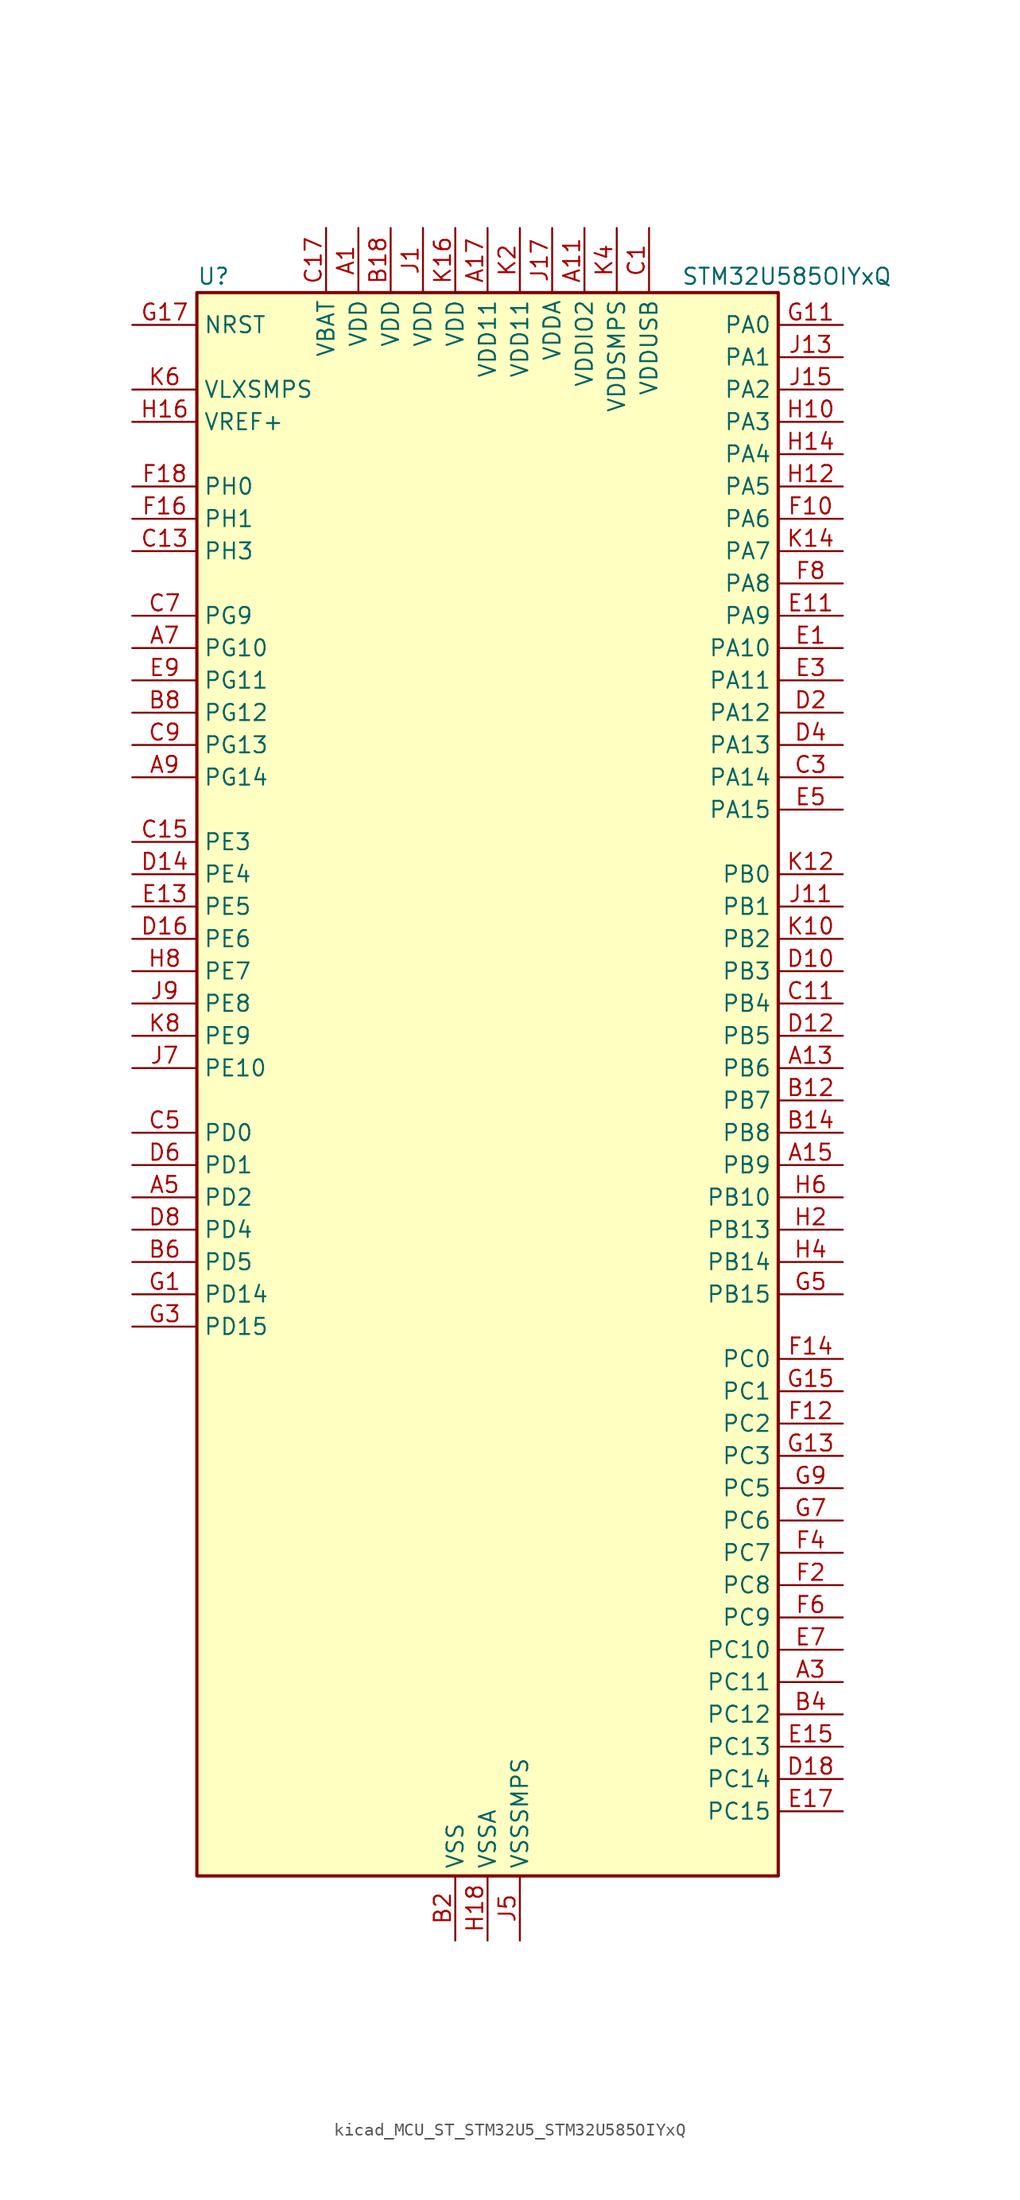
<source format=kicad_sym>
(kicad_symbol_lib
  (version 20220914)
  (generator kicad_symbol_editor)
  (symbol "kicad_MCU_ST_STM32U5_STM32U585OIYxQ"
    (property "Reference" "U"
      (at -22.86 64.77 0)
      (effects (font (size 1.27 1.27)) (justify left)))
    (property "Value" "STM32U585OIYxQ"
      (at 15.24 64.77 0)
      (effects (font (size 1.27 1.27)) (justify left)))
    (property "ki_locked" ""
      (at 0 0 0)
      (effects (font (size 1.27 1.27))))
    (symbol "kicad_MCU_ST_STM32U5_STM32U585OIYxQ_0_1"
      (rectangle (start -22.86 -60.96) (end 22.86 63.5) (stroke (width 0.254) (type default)) (fill (type background))))
    (symbol "kicad_MCU_ST_STM32U5_STM32U585OIYxQ_1_1"
      (pin power_in line (at -10.16 68.58 270) (length 5.08) (name "VDD" (effects (font (size 1.27 1.27)))) (number "A1" (effects (font (size 1.27 1.27)))))
      (pin power_in line (at 7.62 68.58 270) (length 5.08) (name "VDDIO2" (effects (font (size 1.27 1.27)))) (number "A11" (effects (font (size 1.27 1.27)))))
      (pin bidirectional line (at 27.94 2.54 180) (length 5.08) (name "PB6" (effects (font (size 1.27 1.27)))) (number "A13" (effects (font (size 1.27 1.27)))) (alternate "COMP2_INP" bidirectional line) (alternate "DCMI_D5" bidirectional line) (alternate "I2C1_SCL" bidirectional line) (alternate "I2C4_SCL" bidirectional line) (alternate "LPTIM1_ETR" bidirectional line) (alternate "MDF1_SDI5" bidirectional line) (alternate "PSSI_D5" bidirectional line) (alternate "PWR_WKUP3" bidirectional line) (alternate "SAI1_FS_B" bidirectional line) (alternate "TIM16_CH1N" bidirectional line) (alternate "TIM4_CH1" bidirectional line) (alternate "TIM8_BKIN2" bidirectional line) (alternate "TSC_G2_IO3" bidirectional line) (alternate "USART1_TX" bidirectional line))
      (pin bidirectional line (at 27.94 -5.08 180) (length 5.08) (name "PB9" (effects (font (size 1.27 1.27)))) (number "A15" (effects (font (size 1.27 1.27)))) (alternate "DAC1_EXTI9" bidirectional line) (alternate "DCMI_D7" bidirectional line) (alternate "FDCAN1_TX" bidirectional line) (alternate "I2C1_SDA" bidirectional line) (alternate "IR_OUT" bidirectional line) (alternate "PSSI_D7" bidirectional line) (alternate "SAI1_D2" bidirectional line) (alternate "SAI1_FS_A" bidirectional line) (alternate "SDMMC1_CDIR" bidirectional line) (alternate "SDMMC1_D5" bidirectional line) (alternate "SDMMC2_D5" bidirectional line) (alternate "SPI2_NSS" bidirectional line) (alternate "TIM17_CH1" bidirectional line) (alternate "TIM4_CH4" bidirectional line))
      (pin power_in line (at 0 68.58 270) (length 5.08) (name "VDD11" (effects (font (size 1.27 1.27)))) (number "A17" (effects (font (size 1.27 1.27)))))
      (pin bidirectional line (at 27.94 -45.72 180) (length 5.08) (name "PC11" (effects (font (size 1.27 1.27)))) (number "A3" (effects (font (size 1.27 1.27)))) (alternate "ADC1_EXTI11" bidirectional line) (alternate "ADF1_SDI0" bidirectional line) (alternate "DCMI_D2" bidirectional line) (alternate "DCMI_D4" bidirectional line) (alternate "LPTIM3_IN1" bidirectional line) (alternate "OCTOSPIM_P1_NCS" bidirectional line) (alternate "PSSI_D2" bidirectional line) (alternate "PSSI_D4" bidirectional line) (alternate "SDMMC1_D3" bidirectional line) (alternate "SPI3_MISO" bidirectional line) (alternate "TSC_G3_IO3" bidirectional line) (alternate "UART4_RX" bidirectional line) (alternate "UCPD1_FRSTX2" bidirectional line) (alternate "USART3_RX" bidirectional line))
      (pin bidirectional line (at -27.94 -7.62 0) (length 5.08) (name "PD2" (effects (font (size 1.27 1.27)))) (number "A5" (effects (font (size 1.27 1.27)))) (alternate "DCMI_D11" bidirectional line) (alternate "DEBUG_TRACED2" bidirectional line) (alternate "LPTIM4_ETR" bidirectional line) (alternate "PSSI_D11" bidirectional line) (alternate "SDMMC1_CMD" bidirectional line) (alternate "TIM3_ETR" bidirectional line) (alternate "TSC_SYNC" bidirectional line) (alternate "UART5_RX" bidirectional line) (alternate "USART3_DE" bidirectional line) (alternate "USART3_RTS" bidirectional line))
      (pin bidirectional line (at -27.94 35.56 0) (length 5.08) (name "PG10" (effects (font (size 1.27 1.27)))) (number "A7" (effects (font (size 1.27 1.27)))) (alternate "FMC_NE3" bidirectional line) (alternate "LPTIM1_IN1" bidirectional line) (alternate "OCTOSPIM_P2_IO7" bidirectional line) (alternate "SPI3_MISO" bidirectional line) (alternate "TIM15_CH1" bidirectional line) (alternate "USART1_RX" bidirectional line))
      (pin bidirectional line (at -27.94 25.4 0) (length 5.08) (name "PG14" (effects (font (size 1.27 1.27)))) (number "A9" (effects (font (size 1.27 1.27)))) (alternate "FMC_A25" bidirectional line) (alternate "I2C1_SCL" bidirectional line) (alternate "LPTIM1_CH2" bidirectional line))
      (pin passive line (at -2.54 -66.04 90) (length 5.08) hide (name "VSS" (effects (font (size 1.27 1.27)))) (number "B10" (effects (font (size 1.27 1.27)))))
      (pin bidirectional line (at 27.94 0 180) (length 5.08) (name "PB7" (effects (font (size 1.27 1.27)))) (number "B12" (effects (font (size 1.27 1.27)))) (alternate "COMP2_INM" bidirectional line) (alternate "DCMI_VSYNC" bidirectional line) (alternate "FMC_NL" bidirectional line) (alternate "I2C1_SDA" bidirectional line) (alternate "I2C4_SDA" bidirectional line) (alternate "LPTIM1_IN2" bidirectional line) (alternate "MDF1_CKI5" bidirectional line) (alternate "PSSI_RDY" bidirectional line) (alternate "PWR_PVD_IN" bidirectional line) (alternate "PWR_WKUP4" bidirectional line) (alternate "TIM17_CH1N" bidirectional line) (alternate "TIM4_CH2" bidirectional line) (alternate "TIM8_BKIN" bidirectional line) (alternate "TSC_G2_IO4" bidirectional line) (alternate "UART4_CTS" bidirectional line) (alternate "USART1_RX" bidirectional line))
      (pin bidirectional line (at 27.94 -2.54 180) (length 5.08) (name "PB8" (effects (font (size 1.27 1.27)))) (number "B14" (effects (font (size 1.27 1.27)))) (alternate "DCMI_D6" bidirectional line) (alternate "FDCAN1_RX" bidirectional line) (alternate "I2C1_SCL" bidirectional line) (alternate "MDF1_CCK0" bidirectional line) (alternate "PSSI_D6" bidirectional line) (alternate "PWR_WKUP5" bidirectional line) (alternate "SAI1_CK1" bidirectional line) (alternate "SAI1_MCLK_A" bidirectional line) (alternate "SDMMC1_CKIN" bidirectional line) (alternate "SDMMC1_D4" bidirectional line) (alternate "SDMMC2_D4" bidirectional line) (alternate "SPI3_RDY" bidirectional line) (alternate "TIM16_CH1" bidirectional line) (alternate "TIM4_CH3" bidirectional line))
      (pin passive line (at -2.54 -66.04 90) (length 5.08) hide (name "VSS" (effects (font (size 1.27 1.27)))) (number "B16" (effects (font (size 1.27 1.27)))))
      (pin power_in line (at -7.62 68.58 270) (length 5.08) (name "VDD" (effects (font (size 1.27 1.27)))) (number "B18" (effects (font (size 1.27 1.27)))))
      (pin power_in line (at -2.54 -66.04 90) (length 5.08) (name "VSS" (effects (font (size 1.27 1.27)))) (number "B2" (effects (font (size 1.27 1.27)))))
      (pin bidirectional line (at 27.94 -48.26 180) (length 5.08) (name "PC12" (effects (font (size 1.27 1.27)))) (number "B4" (effects (font (size 1.27 1.27)))) (alternate "DCMI_D9" bidirectional line) (alternate "DEBUG_TRACED3" bidirectional line) (alternate "PSSI_D9" bidirectional line) (alternate "SDMMC1_CK" bidirectional line) (alternate "SPI3_MOSI" bidirectional line) (alternate "TSC_G3_IO4" bidirectional line) (alternate "UART5_TX" bidirectional line) (alternate "USART3_CK" bidirectional line))
      (pin bidirectional line (at -27.94 -12.7 0) (length 5.08) (name "PD5" (effects (font (size 1.27 1.27)))) (number "B6" (effects (font (size 1.27 1.27)))) (alternate "FMC_NWE" bidirectional line) (alternate "OCTOSPIM_P1_IO5" bidirectional line) (alternate "SPI2_RDY" bidirectional line) (alternate "USART2_TX" bidirectional line))
      (pin bidirectional line (at -27.94 30.48 0) (length 5.08) (name "PG12" (effects (font (size 1.27 1.27)))) (number "B8" (effects (font (size 1.27 1.27)))) (alternate "FMC_NE4" bidirectional line) (alternate "LPTIM1_ETR" bidirectional line) (alternate "OCTOSPIM_P2_NCS" bidirectional line) (alternate "SPI3_NSS" bidirectional line) (alternate "USART1_DE" bidirectional line) (alternate "USART1_RTS" bidirectional line))
      (pin power_in line (at 12.7 68.58 270) (length 5.08) (name "VDDUSB" (effects (font (size 1.27 1.27)))) (number "C1" (effects (font (size 1.27 1.27)))))
      (pin bidirectional line (at 27.94 7.62 180) (length 5.08) (name "PB4" (effects (font (size 1.27 1.27)))) (number "C11" (effects (font (size 1.27 1.27)))) (alternate "ADF1_SDI0" bidirectional line) (alternate "COMP2_INP" bidirectional line) (alternate "DCMI_D12" bidirectional line) (alternate "DEBUG_JTRST" bidirectional line) (alternate "I2C3_SDA" bidirectional line) (alternate "LPTIM1_CH2" bidirectional line) (alternate "PSSI_D12" bidirectional line) (alternate "SAI1_MCLK_B" bidirectional line) (alternate "SDMMC2_D3" bidirectional line) (alternate "SPI1_MISO" bidirectional line) (alternate "SPI3_MISO" bidirectional line) (alternate "TIM17_BKIN" bidirectional line) (alternate "TIM3_CH1" bidirectional line) (alternate "TSC_G2_IO1" bidirectional line) (alternate "UART5_DE" bidirectional line) (alternate "UART5_RTS" bidirectional line) (alternate "USART1_CTS" bidirectional line))
      (pin bidirectional line (at -27.94 43.18 0) (length 5.08) (name "PH3" (effects (font (size 1.27 1.27)))) (number "C13" (effects (font (size 1.27 1.27)))))
      (pin bidirectional line (at -27.94 20.32 0) (length 5.08) (name "PE3" (effects (font (size 1.27 1.27)))) (number "C15" (effects (font (size 1.27 1.27)))) (alternate "DEBUG_TRACED0" bidirectional line) (alternate "FMC_A19" bidirectional line) (alternate "OCTOSPIM_P1_DQS" bidirectional line) (alternate "SAI1_SD_B" bidirectional line) (alternate "TAMP_IN6" bidirectional line) (alternate "TAMP_OUT3" bidirectional line) (alternate "TIM3_CH1" bidirectional line) (alternate "TSC_G7_IO2" bidirectional line))
      (pin power_in line (at -12.7 68.58 270) (length 5.08) (name "VBAT" (effects (font (size 1.27 1.27)))) (number "C17" (effects (font (size 1.27 1.27)))))
      (pin bidirectional line (at 27.94 25.4 180) (length 5.08) (name "PA14" (effects (font (size 1.27 1.27)))) (number "C3" (effects (font (size 1.27 1.27)))) (alternate "DEBUG_JTCK-SWCLK" bidirectional line) (alternate "I2C1_SMBA" bidirectional line) (alternate "I2C4_SMBA" bidirectional line) (alternate "LPTIM1_CH1" bidirectional line) (alternate "SAI1_FS_B" bidirectional line) (alternate "USB_OTG_FS_SOF" bidirectional line))
      (pin bidirectional line (at -27.94 -2.54 0) (length 5.08) (name "PD0" (effects (font (size 1.27 1.27)))) (number "C5" (effects (font (size 1.27 1.27)))) (alternate "FDCAN1_RX" bidirectional line) (alternate "FMC_D2" bidirectional line) (alternate "FMC_DA2" bidirectional line) (alternate "SPI2_NSS" bidirectional line) (alternate "TIM8_CH4N" bidirectional line))
      (pin bidirectional line (at -27.94 38.1 0) (length 5.08) (name "PG9" (effects (font (size 1.27 1.27)))) (number "C7" (effects (font (size 1.27 1.27)))) (alternate "DAC1_EXTI9" bidirectional line) (alternate "FMC_NCE" bidirectional line) (alternate "FMC_NE2" bidirectional line) (alternate "OCTOSPIM_P2_IO6" bidirectional line) (alternate "SPI3_SCK" bidirectional line) (alternate "TIM15_CH1N" bidirectional line) (alternate "USART1_TX" bidirectional line))
      (pin bidirectional line (at -27.94 27.94 0) (length 5.08) (name "PG13" (effects (font (size 1.27 1.27)))) (number "C9" (effects (font (size 1.27 1.27)))) (alternate "FMC_A24" bidirectional line) (alternate "I2C1_SDA" bidirectional line) (alternate "SPI3_RDY" bidirectional line) (alternate "USART1_CK" bidirectional line))
      (pin bidirectional line (at 27.94 10.16 180) (length 5.08) (name "PB3" (effects (font (size 1.27 1.27)))) (number "D10" (effects (font (size 1.27 1.27)))) (alternate "ADF1_CCK0" bidirectional line) (alternate "COMP2_INM" bidirectional line) (alternate "CRS_SYNC" bidirectional line) (alternate "DEBUG_JTDO-SWO" bidirectional line) (alternate "I2C1_SDA" bidirectional line) (alternate "LPTIM1_CH1" bidirectional line) (alternate "SAI1_SCK_B" bidirectional line) (alternate "SDMMC2_D2" bidirectional line) (alternate "SPI1_SCK" bidirectional line) (alternate "SPI3_SCK" bidirectional line) (alternate "TIM2_CH2" bidirectional line) (alternate "USART1_DE" bidirectional line) (alternate "USART1_RTS" bidirectional line))
      (pin bidirectional line (at 27.94 5.08 180) (length 5.08) (name "PB5" (effects (font (size 1.27 1.27)))) (number "D12" (effects (font (size 1.27 1.27)))) (alternate "COMP2_OUT" bidirectional line) (alternate "DCMI_D10" bidirectional line) (alternate "I2C1_SMBA" bidirectional line) (alternate "LPTIM1_IN1" bidirectional line) (alternate "OCTOSPIM_P1_NCLK" bidirectional line) (alternate "PSSI_D10" bidirectional line) (alternate "PWR_WKUP6" bidirectional line) (alternate "SAI1_SD_B" bidirectional line) (alternate "SPI1_MOSI" bidirectional line) (alternate "SPI3_MOSI" bidirectional line) (alternate "TIM16_BKIN" bidirectional line) (alternate "TIM3_CH2" bidirectional line) (alternate "TSC_G2_IO2" bidirectional line) (alternate "UART5_CTS" bidirectional line) (alternate "UCPD1_DBCC1" bidirectional line) (alternate "USART1_CK" bidirectional line))
      (pin bidirectional line (at -27.94 17.78 0) (length 5.08) (name "PE4" (effects (font (size 1.27 1.27)))) (number "D14" (effects (font (size 1.27 1.27)))) (alternate "DCMI_D4" bidirectional line) (alternate "DEBUG_TRACED1" bidirectional line) (alternate "FMC_A20" bidirectional line) (alternate "MDF1_SDI3" bidirectional line) (alternate "PSSI_D4" bidirectional line) (alternate "PWR_WKUP1" bidirectional line) (alternate "SAI1_D2" bidirectional line) (alternate "SAI1_FS_A" bidirectional line) (alternate "TAMP_IN7" bidirectional line) (alternate "TAMP_OUT8" bidirectional line) (alternate "TIM3_CH2" bidirectional line) (alternate "TSC_G7_IO3" bidirectional line))
      (pin bidirectional line (at -27.94 12.7 0) (length 5.08) (name "PE6" (effects (font (size 1.27 1.27)))) (number "D16" (effects (font (size 1.27 1.27)))) (alternate "DCMI_D7" bidirectional line) (alternate "DEBUG_TRACED3" bidirectional line) (alternate "FMC_A22" bidirectional line) (alternate "PSSI_D7" bidirectional line) (alternate "PWR_WKUP3" bidirectional line) (alternate "SAI1_D1" bidirectional line) (alternate "SAI1_SD_A" bidirectional line) (alternate "TAMP_IN3" bidirectional line) (alternate "TAMP_OUT6" bidirectional line) (alternate "TIM3_CH4" bidirectional line))
      (pin bidirectional line (at 27.94 -53.34 180) (length 5.08) (name "PC14" (effects (font (size 1.27 1.27)))) (number "D18" (effects (font (size 1.27 1.27)))) (alternate "RCC_OSC32_IN" bidirectional line))
      (pin bidirectional line (at 27.94 30.48 180) (length 5.08) (name "PA12" (effects (font (size 1.27 1.27)))) (number "D2" (effects (font (size 1.27 1.27)))) (alternate "FDCAN1_TX" bidirectional line) (alternate "OCTOSPIM_P2_NCS" bidirectional line) (alternate "SPI1_MOSI" bidirectional line) (alternate "TIM1_ETR" bidirectional line) (alternate "USART1_DE" bidirectional line) (alternate "USART1_RTS" bidirectional line) (alternate "USB_OTG_FS_DP" bidirectional line))
      (pin bidirectional line (at 27.94 27.94 180) (length 5.08) (name "PA13" (effects (font (size 1.27 1.27)))) (number "D4" (effects (font (size 1.27 1.27)))) (alternate "DEBUG_JTMS-SWDIO" bidirectional line) (alternate "IR_OUT" bidirectional line) (alternate "SAI1_SD_B" bidirectional line) (alternate "USB_OTG_FS_NOE" bidirectional line))
      (pin bidirectional line (at -27.94 -5.08 0) (length 5.08) (name "PD1" (effects (font (size 1.27 1.27)))) (number "D6" (effects (font (size 1.27 1.27)))) (alternate "FDCAN1_TX" bidirectional line) (alternate "FMC_D3" bidirectional line) (alternate "FMC_DA3" bidirectional line) (alternate "SPI2_SCK" bidirectional line))
      (pin bidirectional line (at -27.94 -10.16 0) (length 5.08) (name "PD4" (effects (font (size 1.27 1.27)))) (number "D8" (effects (font (size 1.27 1.27)))) (alternate "FMC_NOE" bidirectional line) (alternate "MDF1_CKI0" bidirectional line) (alternate "OCTOSPIM_P1_IO4" bidirectional line) (alternate "SPI2_MOSI" bidirectional line) (alternate "USART2_DE" bidirectional line) (alternate "USART2_RTS" bidirectional line))
      (pin bidirectional line (at 27.94 35.56 180) (length 5.08) (name "PA10" (effects (font (size 1.27 1.27)))) (number "E1" (effects (font (size 1.27 1.27)))) (alternate "CRS_SYNC" bidirectional line) (alternate "DCMI_D1" bidirectional line) (alternate "LPTIM2_IN2" bidirectional line) (alternate "PSSI_D1" bidirectional line) (alternate "SAI1_D1" bidirectional line) (alternate "SAI1_SD_A" bidirectional line) (alternate "TIM17_BKIN" bidirectional line) (alternate "TIM1_CH3" bidirectional line) (alternate "USART1_RX" bidirectional line) (alternate "USB_OTG_FS_ID" bidirectional line))
      (pin bidirectional line (at 27.94 38.1 180) (length 5.08) (name "PA9" (effects (font (size 1.27 1.27)))) (number "E11" (effects (font (size 1.27 1.27)))) (alternate "DAC1_EXTI9" bidirectional line) (alternate "DCMI_D0" bidirectional line) (alternate "PSSI_D0" bidirectional line) (alternate "SAI1_FS_A" bidirectional line) (alternate "SPI2_SCK" bidirectional line) (alternate "TIM15_BKIN" bidirectional line) (alternate "TIM1_CH2" bidirectional line) (alternate "USART1_TX" bidirectional line) (alternate "USB_OTG_FS_VBUS" bidirectional line))
      (pin bidirectional line (at -27.94 15.24 0) (length 5.08) (name "PE5" (effects (font (size 1.27 1.27)))) (number "E13" (effects (font (size 1.27 1.27)))) (alternate "DCMI_D6" bidirectional line) (alternate "DEBUG_TRACED2" bidirectional line) (alternate "FMC_A21" bidirectional line) (alternate "MDF1_CKI3" bidirectional line) (alternate "PSSI_D6" bidirectional line) (alternate "PWR_WKUP2" bidirectional line) (alternate "SAI1_CK2" bidirectional line) (alternate "SAI1_SCK_A" bidirectional line) (alternate "TAMP_IN8" bidirectional line) (alternate "TAMP_OUT7" bidirectional line) (alternate "TIM3_CH3" bidirectional line) (alternate "TSC_G7_IO4" bidirectional line))
      (pin bidirectional line (at 27.94 -50.8 180) (length 5.08) (name "PC13" (effects (font (size 1.27 1.27)))) (number "E15" (effects (font (size 1.27 1.27)))) (alternate "PWR_WKUP2" bidirectional line) (alternate "RTC_OUT1" bidirectional line) (alternate "RTC_TS" bidirectional line) (alternate "TAMP_IN1" bidirectional line) (alternate "TAMP_OUT2" bidirectional line))
      (pin bidirectional line (at 27.94 -55.88 180) (length 5.08) (name "PC15" (effects (font (size 1.27 1.27)))) (number "E17" (effects (font (size 1.27 1.27)))) (alternate "ADC1_EXTI15" bidirectional line) (alternate "ADC4_EXTI15" bidirectional line) (alternate "RCC_OSC32_OUT" bidirectional line))
      (pin bidirectional line (at 27.94 33.02 180) (length 5.08) (name "PA11" (effects (font (size 1.27 1.27)))) (number "E3" (effects (font (size 1.27 1.27)))) (alternate "ADC1_EXTI11" bidirectional line) (alternate "FDCAN1_RX" bidirectional line) (alternate "SPI1_MISO" bidirectional line) (alternate "TIM1_BKIN2" bidirectional line) (alternate "TIM1_CH4" bidirectional line) (alternate "USART1_CTS" bidirectional line) (alternate "USB_OTG_FS_DM" bidirectional line))
      (pin bidirectional line (at 27.94 22.86 180) (length 5.08) (name "PA15" (effects (font (size 1.27 1.27)))) (number "E5" (effects (font (size 1.27 1.27)))) (alternate "ADC1_EXTI15" bidirectional line) (alternate "ADC4_EXTI15" bidirectional line) (alternate "DEBUG_JTDI" bidirectional line) (alternate "SPI1_NSS" bidirectional line) (alternate "SPI3_NSS" bidirectional line) (alternate "TIM2_CH1" bidirectional line) (alternate "TIM2_ETR" bidirectional line) (alternate "UART4_DE" bidirectional line) (alternate "UART4_RTS" bidirectional line) (alternate "UCPD1_CC1" bidirectional line) (alternate "USART2_RX" bidirectional line) (alternate "USART3_DE" bidirectional line) (alternate "USART3_RTS" bidirectional line))
      (pin bidirectional line (at 27.94 -43.18 180) (length 5.08) (name "PC10" (effects (font (size 1.27 1.27)))) (number "E7" (effects (font (size 1.27 1.27)))) (alternate "ADF1_CCK1" bidirectional line) (alternate "DCMI_D8" bidirectional line) (alternate "DEBUG_TRACED1" bidirectional line) (alternate "LPTIM3_ETR" bidirectional line) (alternate "PSSI_D8" bidirectional line) (alternate "SDMMC1_D2" bidirectional line) (alternate "SPI3_SCK" bidirectional line) (alternate "TSC_G3_IO2" bidirectional line) (alternate "UART4_TX" bidirectional line) (alternate "USART3_TX" bidirectional line))
      (pin bidirectional line (at -27.94 33.02 0) (length 5.08) (name "PG11" (effects (font (size 1.27 1.27)))) (number "E9" (effects (font (size 1.27 1.27)))) (alternate "ADC1_EXTI11" bidirectional line) (alternate "LPTIM1_IN2" bidirectional line) (alternate "OCTOSPIM_P1_IO5" bidirectional line) (alternate "SPI3_MOSI" bidirectional line) (alternate "TIM15_CH2" bidirectional line) (alternate "USART1_CTS" bidirectional line))
      (pin bidirectional line (at 27.94 45.72 180) (length 5.08) (name "PA6" (effects (font (size 1.27 1.27)))) (number "F10" (effects (font (size 1.27 1.27)))) (alternate "ADC1_IN11" bidirectional line) (alternate "ADC4_IN11" bidirectional line) (alternate "DCMI_PIXCLK" bidirectional line) (alternate "LPUART1_CTS" bidirectional line) (alternate "OCTOSPIM_P1_IO3" bidirectional line) (alternate "OPAMP2_VINP" bidirectional line) (alternate "PSSI_PDCK" bidirectional line) (alternate "PWR_CDSTOP" bidirectional line) (alternate "PWR_WKUP7" bidirectional line) (alternate "SPI1_MISO" bidirectional line) (alternate "TIM16_CH1" bidirectional line) (alternate "TIM1_BKIN" bidirectional line) (alternate "TIM3_CH1" bidirectional line) (alternate "TIM8_BKIN" bidirectional line) (alternate "USART3_CTS" bidirectional line))
      (pin bidirectional line (at 27.94 -25.4 180) (length 5.08) (name "PC2" (effects (font (size 1.27 1.27)))) (number "F12" (effects (font (size 1.27 1.27)))) (alternate "ADC1_IN3" bidirectional line) (alternate "ADC4_IN3" bidirectional line) (alternate "LPTIM1_IN2" bidirectional line) (alternate "MDF1_CCK1" bidirectional line) (alternate "OCTOSPIM_P1_IO5" bidirectional line) (alternate "SPI2_MISO" bidirectional line))
      (pin bidirectional line (at 27.94 -20.32 180) (length 5.08) (name "PC0" (effects (font (size 1.27 1.27)))) (number "F14" (effects (font (size 1.27 1.27)))) (alternate "ADC1_IN1" bidirectional line) (alternate "ADC4_IN1" bidirectional line) (alternate "I2C3_SCL" bidirectional line) (alternate "LPTIM1_IN1" bidirectional line) (alternate "LPTIM2_IN1" bidirectional line) (alternate "LPUART1_RX" bidirectional line) (alternate "MDF1_SDI4" bidirectional line) (alternate "OCTOSPIM_P1_IO7" bidirectional line) (alternate "SDMMC1_D5" bidirectional line) (alternate "SPI2_RDY" bidirectional line))
      (pin bidirectional line (at -27.94 45.72 0) (length 5.08) (name "PH1" (effects (font (size 1.27 1.27)))) (number "F16" (effects (font (size 1.27 1.27)))) (alternate "RCC_OSC_OUT" bidirectional line))
      (pin bidirectional line (at -27.94 48.26 0) (length 5.08) (name "PH0" (effects (font (size 1.27 1.27)))) (number "F18" (effects (font (size 1.27 1.27)))) (alternate "RCC_OSC_IN" bidirectional line))
      (pin bidirectional line (at 27.94 -38.1 180) (length 5.08) (name "PC8" (effects (font (size 1.27 1.27)))) (number "F2" (effects (font (size 1.27 1.27)))) (alternate "DCMI_D2" bidirectional line) (alternate "LPTIM3_CH1" bidirectional line) (alternate "PSSI_D2" bidirectional line) (alternate "PWR_SRDSTOP" bidirectional line) (alternate "SDMMC1_D0" bidirectional line) (alternate "TIM3_CH3" bidirectional line) (alternate "TIM8_CH3" bidirectional line) (alternate "TSC_G4_IO3" bidirectional line))
      (pin bidirectional line (at 27.94 -35.56 180) (length 5.08) (name "PC7" (effects (font (size 1.27 1.27)))) (number "F4" (effects (font (size 1.27 1.27)))) (alternate "DCMI_D1" bidirectional line) (alternate "LPTIM2_CH2" bidirectional line) (alternate "MDF1_SDI3" bidirectional line) (alternate "PSSI_D1" bidirectional line) (alternate "PWR_CDSTOP" bidirectional line) (alternate "SDMMC1_D123DIR" bidirectional line) (alternate "SDMMC1_D7" bidirectional line) (alternate "SDMMC2_D7" bidirectional line) (alternate "TIM3_CH2" bidirectional line) (alternate "TIM8_CH2" bidirectional line) (alternate "TSC_G4_IO2" bidirectional line))
      (pin bidirectional line (at 27.94 -40.64 180) (length 5.08) (name "PC9" (effects (font (size 1.27 1.27)))) (number "F6" (effects (font (size 1.27 1.27)))) (alternate "DAC1_EXTI9" bidirectional line) (alternate "DCMI_D3" bidirectional line) (alternate "DEBUG_TRACED0" bidirectional line) (alternate "LPTIM3_CH2" bidirectional line) (alternate "PSSI_D3" bidirectional line) (alternate "SDMMC1_D1" bidirectional line) (alternate "TIM3_CH4" bidirectional line) (alternate "TIM8_BKIN2" bidirectional line) (alternate "TIM8_CH4" bidirectional line) (alternate "TSC_G4_IO4" bidirectional line) (alternate "USB_OTG_FS_NOE" bidirectional line))
      (pin bidirectional line (at 27.94 40.64 180) (length 5.08) (name "PA8" (effects (font (size 1.27 1.27)))) (number "F8" (effects (font (size 1.27 1.27)))) (alternate "DEBUG_TRACECLK" bidirectional line) (alternate "LPTIM2_CH1" bidirectional line) (alternate "RCC_MCO" bidirectional line) (alternate "SAI1_CK2" bidirectional line) (alternate "SAI1_SCK_A" bidirectional line) (alternate "SPI1_RDY" bidirectional line) (alternate "TIM1_CH1" bidirectional line) (alternate "USART1_CK" bidirectional line) (alternate "USB_OTG_FS_SOF" bidirectional line))
      (pin bidirectional line (at -27.94 -15.24 0) (length 5.08) (name "PD14" (effects (font (size 1.27 1.27)))) (number "G1" (effects (font (size 1.27 1.27)))) (alternate "FMC_D0" bidirectional line) (alternate "FMC_DA0" bidirectional line) (alternate "LPTIM3_CH1" bidirectional line) (alternate "TIM4_CH3" bidirectional line))
      (pin bidirectional line (at 27.94 60.96 180) (length 5.08) (name "PA0" (effects (font (size 1.27 1.27)))) (number "G11" (effects (font (size 1.27 1.27)))) (alternate "ADC1_IN5" bidirectional line) (alternate "AUDIOCLK" bidirectional line) (alternate "OCTOSPIM_P2_NCS" bidirectional line) (alternate "OPAMP1_VINP" bidirectional line) (alternate "PWR_WKUP1" bidirectional line) (alternate "SDMMC2_CMD" bidirectional line) (alternate "SPI3_RDY" bidirectional line) (alternate "TAMP_IN2" bidirectional line) (alternate "TAMP_OUT1" bidirectional line) (alternate "TIM2_CH1" bidirectional line) (alternate "TIM2_ETR" bidirectional line) (alternate "TIM5_CH1" bidirectional line) (alternate "TIM8_ETR" bidirectional line) (alternate "UART4_TX" bidirectional line) (alternate "USART2_CTS" bidirectional line))
      (pin bidirectional line (at 27.94 -27.94 180) (length 5.08) (name "PC3" (effects (font (size 1.27 1.27)))) (number "G13" (effects (font (size 1.27 1.27)))) (alternate "ADC1_IN4" bidirectional line) (alternate "ADC4_IN4" bidirectional line) (alternate "LPTIM1_ETR" bidirectional line) (alternate "LPTIM2_ETR" bidirectional line) (alternate "LPTIM3_CH1" bidirectional line) (alternate "OCTOSPIM_P1_IO6" bidirectional line) (alternate "SAI1_D1" bidirectional line) (alternate "SAI1_SD_A" bidirectional line) (alternate "SPI2_MOSI" bidirectional line))
      (pin bidirectional line (at 27.94 -22.86 180) (length 5.08) (name "PC1" (effects (font (size 1.27 1.27)))) (number "G15" (effects (font (size 1.27 1.27)))) (alternate "ADC1_IN2" bidirectional line) (alternate "ADC4_IN2" bidirectional line) (alternate "DEBUG_TRACED0" bidirectional line) (alternate "I2C3_SDA" bidirectional line) (alternate "LPTIM1_CH1" bidirectional line) (alternate "LPUART1_TX" bidirectional line) (alternate "MDF1_CKI4" bidirectional line) (alternate "OCTOSPIM_P1_IO4" bidirectional line) (alternate "SAI1_SD_A" bidirectional line) (alternate "SDMMC2_CK" bidirectional line) (alternate "SPI2_MOSI" bidirectional line))
      (pin input line (at -27.94 60.96 0) (length 5.08) (name "NRST" (effects (font (size 1.27 1.27)))) (number "G17" (effects (font (size 1.27 1.27)))))
      (pin bidirectional line (at -27.94 -17.78 0) (length 5.08) (name "PD15" (effects (font (size 1.27 1.27)))) (number "G3" (effects (font (size 1.27 1.27)))) (alternate "ADC1_EXTI15" bidirectional line) (alternate "ADC4_EXTI15" bidirectional line) (alternate "FMC_D1" bidirectional line) (alternate "FMC_DA1" bidirectional line) (alternate "LPTIM3_CH2" bidirectional line) (alternate "TIM4_CH4" bidirectional line))
      (pin bidirectional line (at 27.94 -15.24 180) (length 5.08) (name "PB15" (effects (font (size 1.27 1.27)))) (number "G5" (effects (font (size 1.27 1.27)))) (alternate "ADC1_EXTI15" bidirectional line) (alternate "ADC4_EXTI15" bidirectional line) (alternate "FMC_NBL1" bidirectional line) (alternate "LPTIM2_IN2" bidirectional line) (alternate "MDF1_CKI2" bidirectional line) (alternate "PWR_WKUP7" bidirectional line) (alternate "RTC_REFIN" bidirectional line) (alternate "SDMMC2_D1" bidirectional line) (alternate "SPI2_MOSI" bidirectional line) (alternate "TIM15_CH2" bidirectional line) (alternate "TIM1_CH3N" bidirectional line) (alternate "TIM8_CH3N" bidirectional line) (alternate "UCPD1_CC2" bidirectional line))
      (pin bidirectional line (at 27.94 -33.02 180) (length 5.08) (name "PC6" (effects (font (size 1.27 1.27)))) (number "G7" (effects (font (size 1.27 1.27)))) (alternate "DCMI_D0" bidirectional line) (alternate "MDF1_CKI3" bidirectional line) (alternate "PSSI_D0" bidirectional line) (alternate "PWR_CSLEEP" bidirectional line) (alternate "SDMMC1_D0DIR" bidirectional line) (alternate "SDMMC1_D6" bidirectional line) (alternate "SDMMC2_D6" bidirectional line) (alternate "TIM3_CH1" bidirectional line) (alternate "TIM8_CH1" bidirectional line) (alternate "TSC_G4_IO1" bidirectional line))
      (pin bidirectional line (at 27.94 -30.48 180) (length 5.08) (name "PC5" (effects (font (size 1.27 1.27)))) (number "G9" (effects (font (size 1.27 1.27)))) (alternate "ADC1_IN14" bidirectional line) (alternate "ADC4_IN23" bidirectional line) (alternate "COMP1_INP" bidirectional line) (alternate "PSSI_D15" bidirectional line) (alternate "PWR_WKUP5" bidirectional line) (alternate "SAI1_D3" bidirectional line) (alternate "TAMP_IN4" bidirectional line) (alternate "TAMP_OUT5" bidirectional line) (alternate "TIM1_CH4N" bidirectional line) (alternate "USART3_RX" bidirectional line))
      (pin bidirectional line (at 27.94 53.34 180) (length 5.08) (name "PA3" (effects (font (size 1.27 1.27)))) (number "H10" (effects (font (size 1.27 1.27)))) (alternate "ADC1_IN8" bidirectional line) (alternate "LPUART1_RX" bidirectional line) (alternate "OCTOSPIM_P1_CLK" bidirectional line) (alternate "OPAMP1_VOUT" bidirectional line) (alternate "PWR_WKUP5" bidirectional line) (alternate "SAI1_CK1" bidirectional line) (alternate "SAI1_MCLK_A" bidirectional line) (alternate "TIM15_CH2" bidirectional line) (alternate "TIM2_CH4" bidirectional line) (alternate "TIM5_CH4" bidirectional line) (alternate "USART2_RX" bidirectional line))
      (pin bidirectional line (at 27.94 48.26 180) (length 5.08) (name "PA5" (effects (font (size 1.27 1.27)))) (number "H12" (effects (font (size 1.27 1.27)))) (alternate "ADC1_IN10" bidirectional line) (alternate "ADC4_IN10" bidirectional line) (alternate "DAC1_OUT2" bidirectional line) (alternate "LPTIM2_ETR" bidirectional line) (alternate "PSSI_D14" bidirectional line) (alternate "PWR_CSLEEP" bidirectional line) (alternate "PWR_WKUP6" bidirectional line) (alternate "SPI1_SCK" bidirectional line) (alternate "TIM2_CH1" bidirectional line) (alternate "TIM2_ETR" bidirectional line) (alternate "TIM8_CH1N" bidirectional line) (alternate "USART3_RX" bidirectional line))
      (pin bidirectional line (at 27.94 50.8 180) (length 5.08) (name "PA4" (effects (font (size 1.27 1.27)))) (number "H14" (effects (font (size 1.27 1.27)))) (alternate "ADC1_IN9" bidirectional line) (alternate "ADC4_IN9" bidirectional line) (alternate "DAC1_OUT1" bidirectional line) (alternate "DCMI_HSYNC" bidirectional line) (alternate "LPTIM2_CH1" bidirectional line) (alternate "OCTOSPIM_P1_NCS" bidirectional line) (alternate "PSSI_DE" bidirectional line) (alternate "PWR_WKUP2" bidirectional line) (alternate "SAI1_FS_B" bidirectional line) (alternate "SPI1_NSS" bidirectional line) (alternate "SPI3_NSS" bidirectional line) (alternate "USART2_CK" bidirectional line))
      (pin input line (at -27.94 53.34 0) (length 5.08) (name "VREF+" (effects (font (size 1.27 1.27)))) (number "H16" (effects (font (size 1.27 1.27)))) (alternate "VREFBUF_OUT" bidirectional line))
      (pin power_in line (at 0 -66.04 90) (length 5.08) (name "VSSA" (effects (font (size 1.27 1.27)))) (number "H18" (effects (font (size 1.27 1.27)))))
      (pin bidirectional line (at 27.94 -10.16 180) (length 5.08) (name "PB13" (effects (font (size 1.27 1.27)))) (number "H2" (effects (font (size 1.27 1.27)))) (alternate "I2C2_SCL" bidirectional line) (alternate "LPTIM3_IN1" bidirectional line) (alternate "LPUART1_CTS" bidirectional line) (alternate "MDF1_CKI1" bidirectional line) (alternate "SPI2_SCK" bidirectional line) (alternate "TIM15_CH1N" bidirectional line) (alternate "TIM1_CH1N" bidirectional line) (alternate "TSC_G1_IO2" bidirectional line) (alternate "USART3_CTS" bidirectional line))
      (pin bidirectional line (at 27.94 -12.7 180) (length 5.08) (name "PB14" (effects (font (size 1.27 1.27)))) (number "H4" (effects (font (size 1.27 1.27)))) (alternate "I2C2_SDA" bidirectional line) (alternate "LPTIM3_ETR" bidirectional line) (alternate "MDF1_SDI2" bidirectional line) (alternate "SDMMC2_D0" bidirectional line) (alternate "SPI2_MISO" bidirectional line) (alternate "TIM15_CH1" bidirectional line) (alternate "TIM1_CH2N" bidirectional line) (alternate "TIM8_CH2N" bidirectional line) (alternate "TSC_G1_IO3" bidirectional line) (alternate "UCPD1_DBCC2" bidirectional line) (alternate "USART3_DE" bidirectional line) (alternate "USART3_RTS" bidirectional line))
      (pin bidirectional line (at 27.94 -7.62 180) (length 5.08) (name "PB10" (effects (font (size 1.27 1.27)))) (number "H6" (effects (font (size 1.27 1.27)))) (alternate "COMP1_OUT" bidirectional line) (alternate "I2C2_SCL" bidirectional line) (alternate "I2C4_SCL" bidirectional line) (alternate "LPTIM3_CH1" bidirectional line) (alternate "LPUART1_RX" bidirectional line) (alternate "OCTOSPIM_P1_CLK" bidirectional line) (alternate "PWR_WKUP8" bidirectional line) (alternate "SAI1_SCK_A" bidirectional line) (alternate "SPI2_SCK" bidirectional line) (alternate "TIM2_CH3" bidirectional line) (alternate "TSC_SYNC" bidirectional line) (alternate "USART3_TX" bidirectional line))
      (pin bidirectional line (at -27.94 10.16 0) (length 5.08) (name "PE7" (effects (font (size 1.27 1.27)))) (number "H8" (effects (font (size 1.27 1.27)))) (alternate "FMC_D4" bidirectional line) (alternate "FMC_DA4" bidirectional line) (alternate "MDF1_SDI2" bidirectional line) (alternate "PWR_WKUP6" bidirectional line) (alternate "SAI1_SD_B" bidirectional line) (alternate "TIM1_ETR" bidirectional line))
      (pin power_in line (at -5.08 68.58 270) (length 5.08) (name "VDD" (effects (font (size 1.27 1.27)))) (number "J1" (effects (font (size 1.27 1.27)))))
      (pin bidirectional line (at 27.94 15.24 180) (length 5.08) (name "PB1" (effects (font (size 1.27 1.27)))) (number "J11" (effects (font (size 1.27 1.27)))) (alternate "ADC1_IN16" bidirectional line) (alternate "ADC4_IN19" bidirectional line) (alternate "COMP1_INM" bidirectional line) (alternate "LPTIM2_IN1" bidirectional line) (alternate "LPTIM3_CH2" bidirectional line) (alternate "LPUART1_DE" bidirectional line) (alternate "LPUART1_RTS" bidirectional line) (alternate "MDF1_SDI0" bidirectional line) (alternate "OCTOSPIM_P1_IO0" bidirectional line) (alternate "PWR_WKUP4" bidirectional line) (alternate "TIM1_CH3N" bidirectional line) (alternate "TIM3_CH4" bidirectional line) (alternate "TIM8_CH3N" bidirectional line) (alternate "USART3_DE" bidirectional line) (alternate "USART3_RTS" bidirectional line))
      (pin bidirectional line (at 27.94 58.42 180) (length 5.08) (name "PA1" (effects (font (size 1.27 1.27)))) (number "J13" (effects (font (size 1.27 1.27)))) (alternate "ADC1_IN6" bidirectional line) (alternate "I2C1_SMBA" bidirectional line) (alternate "LPTIM1_CH2" bidirectional line) (alternate "OCTOSPIM_P1_DQS" bidirectional line) (alternate "OPAMP1_VINM" bidirectional line) (alternate "PWR_WKUP3" bidirectional line) (alternate "SPI1_SCK" bidirectional line) (alternate "TAMP_IN5" bidirectional line) (alternate "TAMP_OUT4" bidirectional line) (alternate "TIM15_CH1N" bidirectional line) (alternate "TIM2_CH2" bidirectional line) (alternate "TIM5_CH2" bidirectional line) (alternate "UART4_RX" bidirectional line) (alternate "USART2_DE" bidirectional line) (alternate "USART2_RTS" bidirectional line))
      (pin bidirectional line (at 27.94 55.88 180) (length 5.08) (name "PA2" (effects (font (size 1.27 1.27)))) (number "J15" (effects (font (size 1.27 1.27)))) (alternate "ADC1_IN7" bidirectional line) (alternate "COMP1_INP" bidirectional line) (alternate "LPUART1_TX" bidirectional line) (alternate "OCTOSPIM_P1_NCS" bidirectional line) (alternate "PWR_WKUP4" bidirectional line) (alternate "RCC_LSCO" bidirectional line) (alternate "SPI1_RDY" bidirectional line) (alternate "TIM15_CH1" bidirectional line) (alternate "TIM2_CH3" bidirectional line) (alternate "TIM5_CH3" bidirectional line) (alternate "UCPD1_FRSTX1" bidirectional line) (alternate "USART2_TX" bidirectional line))
      (pin power_in line (at 5.08 68.58 270) (length 5.08) (name "VDDA" (effects (font (size 1.27 1.27)))) (number "J17" (effects (font (size 1.27 1.27)))))
      (pin passive line (at -2.54 -66.04 90) (length 5.08) hide (name "VSS" (effects (font (size 1.27 1.27)))) (number "J3" (effects (font (size 1.27 1.27)))))
      (pin power_in line (at 2.54 -66.04 90) (length 5.08) (name "VSSSMPS" (effects (font (size 1.27 1.27)))) (number "J5" (effects (font (size 1.27 1.27)))))
      (pin bidirectional line (at -27.94 2.54 0) (length 5.08) (name "PE10" (effects (font (size 1.27 1.27)))) (number "J7" (effects (font (size 1.27 1.27)))) (alternate "ADF1_SDI0" bidirectional line) (alternate "FMC_D7" bidirectional line) (alternate "FMC_DA7" bidirectional line) (alternate "MDF1_SDI4" bidirectional line) (alternate "OCTOSPIM_P1_CLK" bidirectional line) (alternate "SAI1_MCLK_B" bidirectional line) (alternate "TIM1_CH2N" bidirectional line) (alternate "TSC_G5_IO1" bidirectional line))
      (pin bidirectional line (at -27.94 7.62 0) (length 5.08) (name "PE8" (effects (font (size 1.27 1.27)))) (number "J9" (effects (font (size 1.27 1.27)))) (alternate "FMC_D5" bidirectional line) (alternate "FMC_DA5" bidirectional line) (alternate "MDF1_CKI2" bidirectional line) (alternate "PWR_WKUP7" bidirectional line) (alternate "SAI1_SCK_B" bidirectional line) (alternate "TIM1_CH1N" bidirectional line))
      (pin bidirectional line (at 27.94 12.7 180) (length 5.08) (name "PB2" (effects (font (size 1.27 1.27)))) (number "K10" (effects (font (size 1.27 1.27)))) (alternate "ADC1_IN17" bidirectional line) (alternate "COMP1_INP" bidirectional line) (alternate "I2C3_SMBA" bidirectional line) (alternate "LPTIM1_CH1" bidirectional line) (alternate "MDF1_CKI0" bidirectional line) (alternate "OCTOSPIM_P1_DQS" bidirectional line) (alternate "PWR_WKUP1" bidirectional line) (alternate "RTC_OUT2" bidirectional line) (alternate "SPI1_RDY" bidirectional line) (alternate "TIM8_CH4N" bidirectional line) (alternate "UCPD1_FRSTX1" bidirectional line))
      (pin bidirectional line (at 27.94 17.78 180) (length 5.08) (name "PB0" (effects (font (size 1.27 1.27)))) (number "K12" (effects (font (size 1.27 1.27)))) (alternate "ADC1_IN15" bidirectional line) (alternate "ADC4_IN18" bidirectional line) (alternate "AUDIOCLK" bidirectional line) (alternate "COMP1_OUT" bidirectional line) (alternate "LPTIM3_CH1" bidirectional line) (alternate "OCTOSPIM_P1_IO1" bidirectional line) (alternate "OPAMP2_VOUT" bidirectional line) (alternate "SPI1_NSS" bidirectional line) (alternate "TIM1_CH2N" bidirectional line) (alternate "TIM3_CH3" bidirectional line) (alternate "TIM8_CH2N" bidirectional line) (alternate "USART3_CK" bidirectional line))
      (pin bidirectional line (at 27.94 43.18 180) (length 5.08) (name "PA7" (effects (font (size 1.27 1.27)))) (number "K14" (effects (font (size 1.27 1.27)))) (alternate "ADC1_IN12" bidirectional line) (alternate "ADC4_IN20" bidirectional line) (alternate "I2C3_SCL" bidirectional line) (alternate "LPTIM2_CH2" bidirectional line) (alternate "OCTOSPIM_P1_IO2" bidirectional line) (alternate "OPAMP2_VINM" bidirectional line) (alternate "PWR_SRDSTOP" bidirectional line) (alternate "PWR_WKUP8" bidirectional line) (alternate "SPI1_MOSI" bidirectional line) (alternate "TIM17_CH1" bidirectional line) (alternate "TIM1_CH1N" bidirectional line) (alternate "TIM3_CH2" bidirectional line) (alternate "TIM8_CH1N" bidirectional line) (alternate "USART3_TX" bidirectional line))
      (pin power_in line (at -2.54 68.58 270) (length 5.08) (name "VDD" (effects (font (size 1.27 1.27)))) (number "K16" (effects (font (size 1.27 1.27)))))
      (pin passive line (at -2.54 -66.04 90) (length 5.08) hide (name "VSS" (effects (font (size 1.27 1.27)))) (number "K18" (effects (font (size 1.27 1.27)))))
      (pin power_in line (at 2.54 68.58 270) (length 5.08) (name "VDD11" (effects (font (size 1.27 1.27)))) (number "K2" (effects (font (size 1.27 1.27)))))
      (pin power_in line (at 10.16 68.58 270) (length 5.08) (name "VDDSMPS" (effects (font (size 1.27 1.27)))) (number "K4" (effects (font (size 1.27 1.27)))))
      (pin power_in line (at -27.94 55.88 0) (length 5.08) (name "VLXSMPS" (effects (font (size 1.27 1.27)))) (number "K6" (effects (font (size 1.27 1.27)))))
      (pin bidirectional line (at -27.94 5.08 0) (length 5.08) (name "PE9" (effects (font (size 1.27 1.27)))) (number "K8" (effects (font (size 1.27 1.27)))) (alternate "ADF1_CCK0" bidirectional line) (alternate "DAC1_EXTI9" bidirectional line) (alternate "FMC_D6" bidirectional line) (alternate "FMC_DA6" bidirectional line) (alternate "MDF1_CCK0" bidirectional line) (alternate "OCTOSPIM_P1_NCLK" bidirectional line) (alternate "SAI1_FS_B" bidirectional line) (alternate "TIM1_CH1" bidirectional line)))))
</source>
